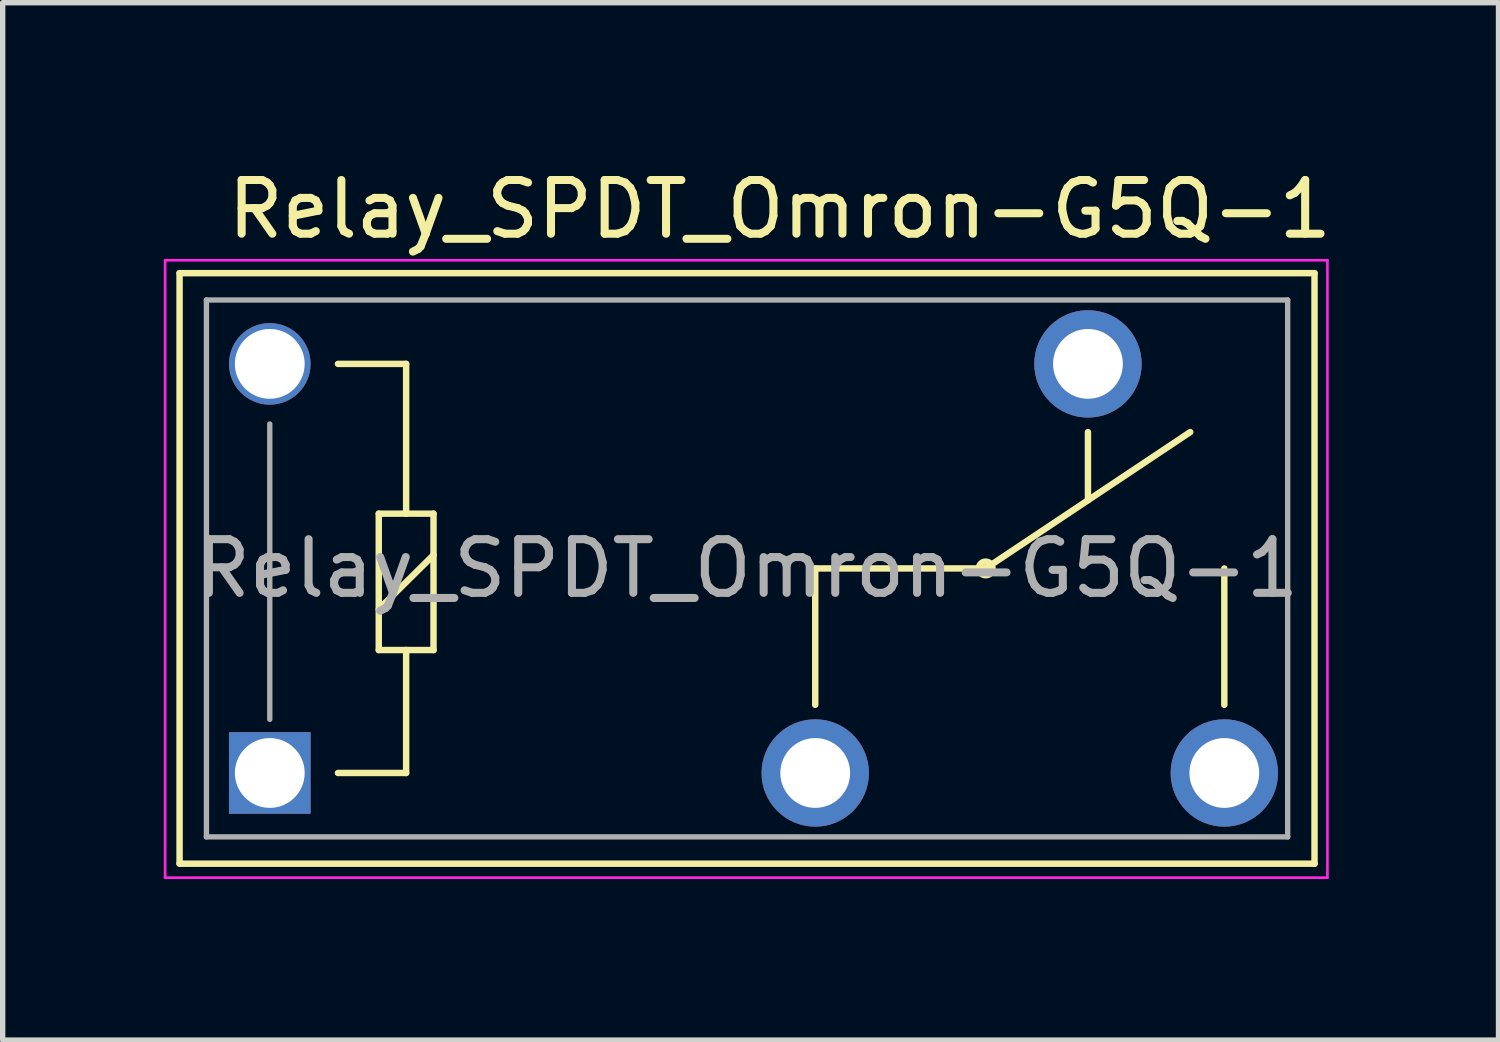
<source format=kicad_pcb>
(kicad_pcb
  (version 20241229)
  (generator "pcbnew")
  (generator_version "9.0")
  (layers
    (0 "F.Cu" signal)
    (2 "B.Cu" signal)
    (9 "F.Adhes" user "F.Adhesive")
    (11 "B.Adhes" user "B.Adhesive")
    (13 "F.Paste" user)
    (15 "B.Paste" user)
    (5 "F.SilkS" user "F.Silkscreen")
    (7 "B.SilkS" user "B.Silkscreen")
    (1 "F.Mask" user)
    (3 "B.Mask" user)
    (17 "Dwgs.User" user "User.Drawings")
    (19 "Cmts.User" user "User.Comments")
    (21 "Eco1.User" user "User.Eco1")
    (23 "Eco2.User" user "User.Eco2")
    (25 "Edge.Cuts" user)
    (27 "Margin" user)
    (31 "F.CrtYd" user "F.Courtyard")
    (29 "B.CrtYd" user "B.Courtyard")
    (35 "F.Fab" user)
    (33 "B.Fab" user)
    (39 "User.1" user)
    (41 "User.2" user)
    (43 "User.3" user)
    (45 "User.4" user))
  (footprint "Relay_SPDT_Omron-G5Q-1"
    (layer "F.Cu")
    (at 1.975 11.348)
    (property "Reference" "Relay_SPDT_Omron-G5Q-1" (at 9.5 -10.5 180) (layer "F.SilkS") (effects (font (size 1 1) (thickness 0.15))))
    (attr through_hole)
    (fp_line (start -1.68 -9.31) (end 19.46 -9.31) (stroke (width 0.12) (type solid)) (layer "F.SilkS"))
    (fp_line (start -1.68 1.69) (end -1.68 -9.31) (stroke (width 0.12) (type solid)) (layer "F.SilkS"))
    (fp_line (start -1.68 1.69) (end 19.46 1.69) (stroke (width 0.12) (type solid)) (layer "F.SilkS"))
    (fp_line (start 1.27 0) (end 2.54 0) (stroke (width 0.12) (type solid)) (layer "F.SilkS"))
    (fp_line (start 2.03 -4.83) (end 2.54 -4.83) (stroke (width 0.12) (type solid)) (layer "F.SilkS"))
    (fp_line (start 2.03 -3.05) (end 3.05 -4.06) (stroke (width 0.12) (type solid)) (layer "F.SilkS"))
    (fp_line (start 2.03 -2.29) (end 2.03 -4.83) (stroke (width 0.12) (type solid)) (layer "F.SilkS"))
    (fp_line (start 2.54 -7.62) (end 1.27 -7.62) (stroke (width 0.12) (type solid)) (layer "F.SilkS"))
    (fp_line (start 2.54 -4.83) (end 2.54 -7.62) (stroke (width 0.12) (type solid)) (layer "F.SilkS"))
    (fp_line (start 2.54 -4.83) (end 3.05 -4.83) (stroke (width 0.12) (type solid)) (layer "F.SilkS"))
    (fp_line (start 2.54 -2.29) (end 2.03 -2.29) (stroke (width 0.12) (type solid)) (layer "F.SilkS"))
    (fp_line (start 2.54 0) (end 2.54 -2.29) (stroke (width 0.12) (type solid)) (layer "F.SilkS"))
    (fp_line (start 3.05 -4.83) (end 3.05 -2.29) (stroke (width 0.12) (type solid)) (layer "F.SilkS"))
    (fp_line (start 3.05 -2.29) (end 2.54 -2.29) (stroke (width 0.12) (type solid)) (layer "F.SilkS"))
    (fp_line (start 10.16 -3.81) (end 13.335 -3.81) (stroke (width 0.12) (type solid)) (layer "F.SilkS"))
    (fp_line (start 10.16 -1.27) (end 10.16 -3.81) (stroke (width 0.12) (type solid)) (layer "F.SilkS"))
    (fp_line (start 13.335 -3.81) (end 17.145 -6.35) (stroke (width 0.12) (type solid)) (layer "F.SilkS"))
    (fp_line (start 15.24 -6.35) (end 15.24 -5.08) (stroke (width 0.12) (type solid)) (layer "F.SilkS"))
    (fp_line (start 17.78 -1.27) (end 17.78 -3.81) (stroke (width 0.12) (type solid)) (layer "F.SilkS"))
    (fp_line (start 19.46 1.69) (end 19.46 -9.31) (stroke (width 0.12) (type solid)) (layer "F.SilkS"))
    (fp_circle (center 13.335 -3.81) (end 13.462 -3.81) (stroke (width 0.12) (type solid)) (fill no) (layer "F.SilkS"))
    (fp_line (start -1.95 -9.55) (end 19.7 -9.55) (stroke (width 0.05) (type solid)) (layer "F.CrtYd"))
    (fp_line (start -1.95 1.95) (end -1.95 -9.55) (stroke (width 0.05) (type solid)) (layer "F.CrtYd"))
    (fp_line (start 19.7 -9.55) (end 19.7 1.95) (stroke (width 0.05) (type solid)) (layer "F.CrtYd"))
    (fp_line (start 19.7 1.95) (end -1.95 1.95) (stroke (width 0.05) (type solid)) (layer "F.CrtYd"))
    (fp_line (start -1.18 -8.81) (end 18.96 -8.81) (stroke (width 0.1) (type solid)) (layer "F.Fab"))
    (fp_line (start -1.18 1.19) (end -1.18 -8.81) (stroke (width 0.1) (type solid)) (layer "F.Fab"))
    (fp_line (start 0 -1) (end 0 -6.5) (stroke (width 0.1) (type solid)) (layer "F.Fab"))
    (fp_line (start 18.96 -8.81) (end 18.96 1.19) (stroke (width 0.1) (type solid)) (layer "F.Fab"))
    (fp_line (start 18.96 1.19) (end -1.18 1.19) (stroke (width 0.1) (type solid)) (layer "F.Fab"))
    (fp_text user "${REFERENCE}" (at 8.89 -3.81 0) (layer "F.Fab") (effects (font (size 1 1) (thickness 0.15))))
    (pad "1" thru_hole rect (at 0 0 180) (size 1.52 1.52) (drill 1.3) (layers "*.Cu" "*.Mask"))
    (pad "2" thru_hole circle (at 10.16 0 180) (size 2 2) (drill 1.3) (layers "*.Cu" "*.Mask"))
    (pad "3" thru_hole circle (at 17.78 0 180) (size 2 2) (drill 1.3) (layers "*.Cu" "*.Mask"))
    (pad "4" thru_hole circle (at 15.24 -7.62 180) (size 2 2) (drill 1.3) (layers "*.Cu" "*.Mask"))
    (pad "5" thru_hole circle (at 0 -7.62 180) (size 1.52 1.52) (drill 1.3) (layers "*.Cu" "*.Mask")))
  (gr_rect
    (start -3 -3)
    (end 24.862 16.323)
    (stroke (width 0.1) (type default))
    (fill no)
    (layer "Edge.Cuts")))
</source>
